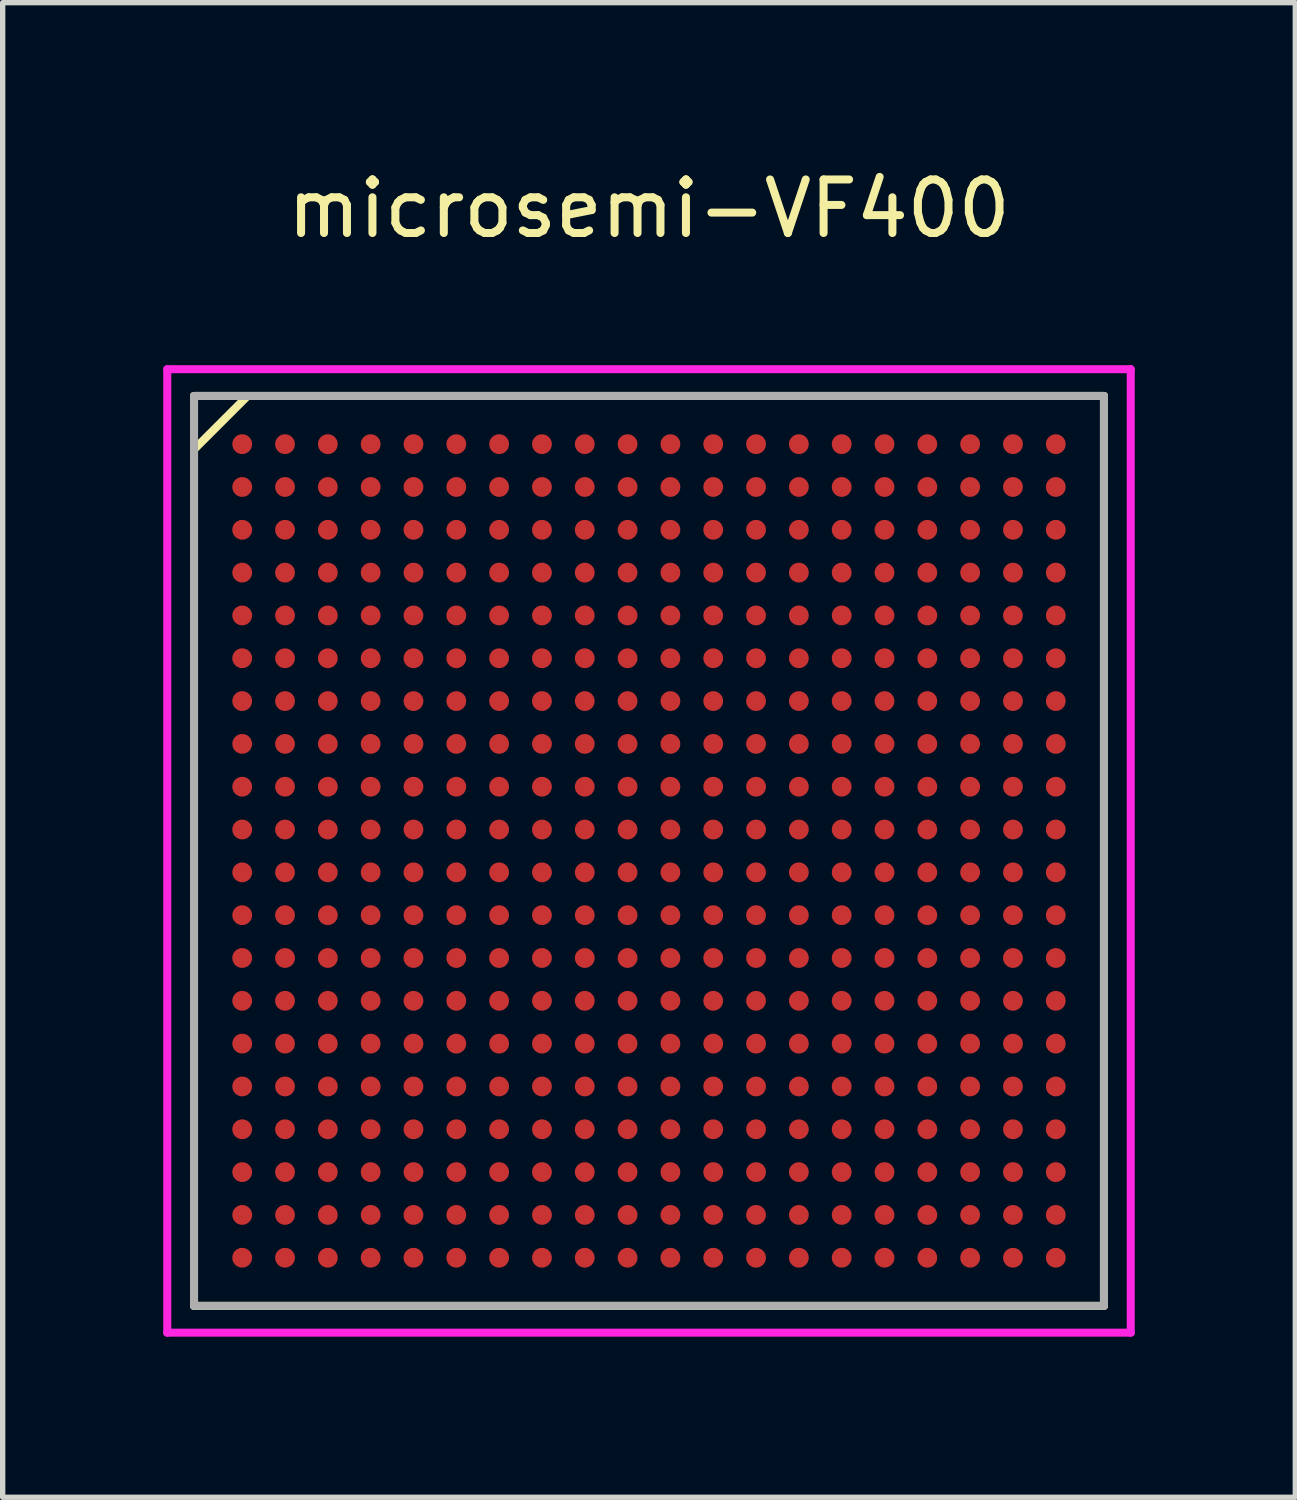
<source format=kicad_pcb>
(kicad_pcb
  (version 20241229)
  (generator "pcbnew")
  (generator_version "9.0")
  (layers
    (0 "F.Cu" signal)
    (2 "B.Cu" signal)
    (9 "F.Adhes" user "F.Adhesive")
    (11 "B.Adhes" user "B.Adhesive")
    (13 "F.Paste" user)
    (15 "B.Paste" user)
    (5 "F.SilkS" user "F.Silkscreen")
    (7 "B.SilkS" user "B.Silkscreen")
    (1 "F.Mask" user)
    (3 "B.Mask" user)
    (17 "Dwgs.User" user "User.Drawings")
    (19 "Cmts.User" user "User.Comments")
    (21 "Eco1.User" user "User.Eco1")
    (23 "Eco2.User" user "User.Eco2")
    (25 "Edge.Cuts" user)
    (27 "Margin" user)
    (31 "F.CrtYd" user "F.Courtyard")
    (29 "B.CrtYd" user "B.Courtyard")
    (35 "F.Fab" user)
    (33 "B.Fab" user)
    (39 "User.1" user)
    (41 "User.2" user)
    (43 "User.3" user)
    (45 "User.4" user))
  (footprint "microsemi-VF400"
    (layer "F.Cu")
    (at 9.075 12.848)
    (property "Reference" "microsemi-VF400" (at 0 -12 0) (layer "F.SilkS") (effects (font (size 1 1) (thickness 0.15))))
    (attr through_hole)
    (fp_line (start -8.5 -8.5) (end 8.5 -8.5) (stroke (width 0.15) (type solid)) (layer "F.SilkS"))
    (fp_line (start -8.5 -7.5) (end -7.5 -8.5) (stroke (width 0.15) (type solid)) (layer "F.SilkS"))
    (fp_line (start -8.5 8.5) (end -8.5 -8.5) (stroke (width 0.15) (type solid)) (layer "F.SilkS"))
    (fp_line (start 8.5 -8.5) (end 8.5 8.5) (stroke (width 0.15) (type solid)) (layer "F.SilkS"))
    (fp_line (start 8.5 8.5) (end -8.5 8.5) (stroke (width 0.15) (type solid)) (layer "F.SilkS"))
    (fp_line (start -9 -9) (end -9 9) (stroke (width 0.15) (type solid)) (layer "F.CrtYd"))
    (fp_line (start -9 9) (end 9 9) (stroke (width 0.15) (type solid)) (layer "F.CrtYd"))
    (fp_line (start 9 -9) (end -9 -9) (stroke (width 0.15) (type solid)) (layer "F.CrtYd"))
    (fp_line (start 9 9) (end 9 -9) (stroke (width 0.15) (type solid)) (layer "F.CrtYd"))
    (fp_line (start -8.5 -8.5) (end 8.5 -8.5) (stroke (width 0.15) (type solid)) (layer "F.Fab"))
    (fp_line (start -8.5 8.5) (end -8.5 -8.5) (stroke (width 0.15) (type solid)) (layer "F.Fab"))
    (fp_line (start 8.5 -8.5) (end 8.5 8.5) (stroke (width 0.15) (type solid)) (layer "F.Fab"))
    (fp_line (start 8.5 8.5) (end -8.5 8.5) (stroke (width 0.15) (type solid)) (layer "F.Fab"))
    (pad "A1" smd circle (at -7.6 -7.6) (size 0.37 0.37) (layers "F.Cu" "F.Mask" "F.Paste"))
    (pad "A2" smd circle (at -6.8 -7.6) (size 0.37 0.37) (layers "F.Cu" "F.Mask" "F.Paste"))
    (pad "A3" smd circle (at -6 -7.6) (size 0.37 0.37) (layers "F.Cu" "F.Mask" "F.Paste"))
    (pad "A4" smd circle (at -5.2 -7.6) (size 0.37 0.37) (layers "F.Cu" "F.Mask" "F.Paste"))
    (pad "A5" smd circle (at -4.4 -7.6) (size 0.37 0.37) (layers "F.Cu" "F.Mask" "F.Paste"))
    (pad "A6" smd circle (at -3.6 -7.6) (size 0.37 0.37) (layers "F.Cu" "F.Mask" "F.Paste"))
    (pad "A7" smd circle (at -2.8 -7.6) (size 0.37 0.37) (layers "F.Cu" "F.Mask" "F.Paste"))
    (pad "A8" smd circle (at -2 -7.6) (size 0.37 0.37) (layers "F.Cu" "F.Mask" "F.Paste"))
    (pad "A9" smd circle (at -1.2 -7.6) (size 0.37 0.37) (layers "F.Cu" "F.Mask" "F.Paste"))
    (pad "A10" smd circle (at -0.4 -7.6) (size 0.37 0.37) (layers "F.Cu" "F.Mask" "F.Paste"))
    (pad "A11" smd circle (at 0.4 -7.6) (size 0.37 0.37) (layers "F.Cu" "F.Mask" "F.Paste"))
    (pad "A12" smd circle (at 1.2 -7.6) (size 0.37 0.37) (layers "F.Cu" "F.Mask" "F.Paste"))
    (pad "A13" smd circle (at 2 -7.6) (size 0.37 0.37) (layers "F.Cu" "F.Mask" "F.Paste"))
    (pad "A14" smd circle (at 2.8 -7.6) (size 0.37 0.37) (layers "F.Cu" "F.Mask" "F.Paste"))
    (pad "A15" smd circle (at 3.6 -7.6) (size 0.37 0.37) (layers "F.Cu" "F.Mask" "F.Paste"))
    (pad "A16" smd circle (at 4.4 -7.6) (size 0.37 0.37) (layers "F.Cu" "F.Mask" "F.Paste"))
    (pad "A17" smd circle (at 5.2 -7.6) (size 0.37 0.37) (layers "F.Cu" "F.Mask" "F.Paste"))
    (pad "A18" smd circle (at 6 -7.6) (size 0.37 0.37) (layers "F.Cu" "F.Mask" "F.Paste"))
    (pad "A19" smd circle (at 6.8 -7.6) (size 0.37 0.37) (layers "F.Cu" "F.Mask" "F.Paste"))
    (pad "A20" smd circle (at 7.6 -7.6) (size 0.37 0.37) (layers "F.Cu" "F.Mask" "F.Paste"))
    (pad "B1" smd circle (at -7.6 -6.8) (size 0.37 0.37) (layers "F.Cu" "F.Mask" "F.Paste"))
    (pad "B2" smd circle (at -6.8 -6.8) (size 0.37 0.37) (layers "F.Cu" "F.Mask" "F.Paste"))
    (pad "B3" smd circle (at -6 -6.8) (size 0.37 0.37) (layers "F.Cu" "F.Mask" "F.Paste"))
    (pad "B4" smd circle (at -5.2 -6.8) (size 0.37 0.37) (layers "F.Cu" "F.Mask" "F.Paste"))
    (pad "B5" smd circle (at -4.4 -6.8) (size 0.37 0.37) (layers "F.Cu" "F.Mask" "F.Paste"))
    (pad "B6" smd circle (at -3.6 -6.8) (size 0.37 0.37) (layers "F.Cu" "F.Mask" "F.Paste"))
    (pad "B7" smd circle (at -2.8 -6.8) (size 0.37 0.37) (layers "F.Cu" "F.Mask" "F.Paste"))
    (pad "B8" smd circle (at -2 -6.8) (size 0.37 0.37) (layers "F.Cu" "F.Mask" "F.Paste"))
    (pad "B9" smd circle (at -1.2 -6.8) (size 0.37 0.37) (layers "F.Cu" "F.Mask" "F.Paste"))
    (pad "B10" smd circle (at -0.4 -6.8) (size 0.37 0.37) (layers "F.Cu" "F.Mask" "F.Paste"))
    (pad "B11" smd circle (at 0.4 -6.8) (size 0.37 0.37) (layers "F.Cu" "F.Mask" "F.Paste"))
    (pad "B12" smd circle (at 1.2 -6.8) (size 0.37 0.37) (layers "F.Cu" "F.Mask" "F.Paste"))
    (pad "B13" smd circle (at 2 -6.8) (size 0.37 0.37) (layers "F.Cu" "F.Mask" "F.Paste"))
    (pad "B14" smd circle (at 2.8 -6.8) (size 0.37 0.37) (layers "F.Cu" "F.Mask" "F.Paste"))
    (pad "B15" smd circle (at 3.6 -6.8) (size 0.37 0.37) (layers "F.Cu" "F.Mask" "F.Paste"))
    (pad "B16" smd circle (at 4.4 -6.8) (size 0.37 0.37) (layers "F.Cu" "F.Mask" "F.Paste"))
    (pad "B17" smd circle (at 5.2 -6.8) (size 0.37 0.37) (layers "F.Cu" "F.Mask" "F.Paste"))
    (pad "B18" smd circle (at 6 -6.8) (size 0.37 0.37) (layers "F.Cu" "F.Mask" "F.Paste"))
    (pad "B19" smd circle (at 6.8 -6.8) (size 0.37 0.37) (layers "F.Cu" "F.Mask" "F.Paste"))
    (pad "B20" smd circle (at 7.6 -6.8) (size 0.37 0.37) (layers "F.Cu" "F.Mask" "F.Paste"))
    (pad "C1" smd circle (at -7.6 -6) (size 0.37 0.37) (layers "F.Cu" "F.Mask" "F.Paste"))
    (pad "C2" smd circle (at -6.8 -6) (size 0.37 0.37) (layers "F.Cu" "F.Mask" "F.Paste"))
    (pad "C3" smd circle (at -6 -6) (size 0.37 0.37) (layers "F.Cu" "F.Mask" "F.Paste"))
    (pad "C4" smd circle (at -5.2 -6) (size 0.37 0.37) (layers "F.Cu" "F.Mask" "F.Paste"))
    (pad "C5" smd circle (at -4.4 -6) (size 0.37 0.37) (layers "F.Cu" "F.Mask" "F.Paste"))
    (pad "C6" smd circle (at -3.6 -6) (size 0.37 0.37) (layers "F.Cu" "F.Mask" "F.Paste"))
    (pad "C7" smd circle (at -2.8 -6) (size 0.37 0.37) (layers "F.Cu" "F.Mask" "F.Paste"))
    (pad "C8" smd circle (at -2 -6) (size 0.37 0.37) (layers "F.Cu" "F.Mask" "F.Paste"))
    (pad "C9" smd circle (at -1.2 -6) (size 0.37 0.37) (layers "F.Cu" "F.Mask" "F.Paste"))
    (pad "C10" smd circle (at -0.4 -6) (size 0.37 0.37) (layers "F.Cu" "F.Mask" "F.Paste"))
    (pad "C11" smd circle (at 0.4 -6) (size 0.37 0.37) (layers "F.Cu" "F.Mask" "F.Paste"))
    (pad "C12" smd circle (at 1.2 -6) (size 0.37 0.37) (layers "F.Cu" "F.Mask" "F.Paste"))
    (pad "C13" smd circle (at 2 -6) (size 0.37 0.37) (layers "F.Cu" "F.Mask" "F.Paste"))
    (pad "C14" smd circle (at 2.8 -6) (size 0.37 0.37) (layers "F.Cu" "F.Mask" "F.Paste"))
    (pad "C15" smd circle (at 3.6 -6) (size 0.37 0.37) (layers "F.Cu" "F.Mask" "F.Paste"))
    (pad "C16" smd circle (at 4.4 -6) (size 0.37 0.37) (layers "F.Cu" "F.Mask" "F.Paste"))
    (pad "C17" smd circle (at 5.2 -6) (size 0.37 0.37) (layers "F.Cu" "F.Mask" "F.Paste"))
    (pad "C18" smd circle (at 6 -6) (size 0.37 0.37) (layers "F.Cu" "F.Mask" "F.Paste"))
    (pad "C19" smd circle (at 6.8 -6) (size 0.37 0.37) (layers "F.Cu" "F.Mask" "F.Paste"))
    (pad "C20" smd circle (at 7.6 -6) (size 0.37 0.37) (layers "F.Cu" "F.Mask" "F.Paste"))
    (pad "D1" smd circle (at -7.6 -5.2) (size 0.37 0.37) (layers "F.Cu" "F.Mask" "F.Paste"))
    (pad "D2" smd circle (at -6.8 -5.2) (size 0.37 0.37) (layers "F.Cu" "F.Mask" "F.Paste"))
    (pad "D3" smd circle (at -6 -5.2) (size 0.37 0.37) (layers "F.Cu" "F.Mask" "F.Paste"))
    (pad "D4" smd circle (at -5.2 -5.2) (size 0.37 0.37) (layers "F.Cu" "F.Mask" "F.Paste"))
    (pad "D5" smd circle (at -4.4 -5.2) (size 0.37 0.37) (layers "F.Cu" "F.Mask" "F.Paste"))
    (pad "D6" smd circle (at -3.6 -5.2) (size 0.37 0.37) (layers "F.Cu" "F.Mask" "F.Paste"))
    (pad "D7" smd circle (at -2.8 -5.2) (size 0.37 0.37) (layers "F.Cu" "F.Mask" "F.Paste"))
    (pad "D8" smd circle (at -2 -5.2) (size 0.37 0.37) (layers "F.Cu" "F.Mask" "F.Paste"))
    (pad "D9" smd circle (at -1.2 -5.2) (size 0.37 0.37) (layers "F.Cu" "F.Mask" "F.Paste"))
    (pad "D10" smd circle (at -0.4 -5.2) (size 0.37 0.37) (layers "F.Cu" "F.Mask" "F.Paste"))
    (pad "D11" smd circle (at 0.4 -5.2) (size 0.37 0.37) (layers "F.Cu" "F.Mask" "F.Paste"))
    (pad "D12" smd circle (at 1.2 -5.2) (size 0.37 0.37) (layers "F.Cu" "F.Mask" "F.Paste"))
    (pad "D13" smd circle (at 2 -5.2) (size 0.37 0.37) (layers "F.Cu" "F.Mask" "F.Paste"))
    (pad "D14" smd circle (at 2.8 -5.2) (size 0.37 0.37) (layers "F.Cu" "F.Mask" "F.Paste"))
    (pad "D15" smd circle (at 3.6 -5.2) (size 0.37 0.37) (layers "F.Cu" "F.Mask" "F.Paste"))
    (pad "D16" smd circle (at 4.4 -5.2) (size 0.37 0.37) (layers "F.Cu" "F.Mask" "F.Paste"))
    (pad "D17" smd circle (at 5.2 -5.2) (size 0.37 0.37) (layers "F.Cu" "F.Mask" "F.Paste"))
    (pad "D18" smd circle (at 6 -5.2) (size 0.37 0.37) (layers "F.Cu" "F.Mask" "F.Paste"))
    (pad "D19" smd circle (at 6.8 -5.2) (size 0.37 0.37) (layers "F.Cu" "F.Mask" "F.Paste"))
    (pad "D20" smd circle (at 7.6 -5.2) (size 0.37 0.37) (layers "F.Cu" "F.Mask" "F.Paste"))
    (pad "E1" smd circle (at -7.6 -4.4) (size 0.37 0.37) (layers "F.Cu" "F.Mask" "F.Paste"))
    (pad "E2" smd circle (at -6.8 -4.4) (size 0.37 0.37) (layers "F.Cu" "F.Mask" "F.Paste"))
    (pad "E3" smd circle (at -6 -4.4) (size 0.37 0.37) (layers "F.Cu" "F.Mask" "F.Paste"))
    (pad "E4" smd circle (at -5.2 -4.4) (size 0.37 0.37) (layers "F.Cu" "F.Mask" "F.Paste"))
    (pad "E5" smd circle (at -4.4 -4.4) (size 0.37 0.37) (layers "F.Cu" "F.Mask" "F.Paste"))
    (pad "E6" smd circle (at -3.6 -4.4) (size 0.37 0.37) (layers "F.Cu" "F.Mask" "F.Paste"))
    (pad "E7" smd circle (at -2.8 -4.4) (size 0.37 0.37) (layers "F.Cu" "F.Mask" "F.Paste"))
    (pad "E8" smd circle (at -2 -4.4) (size 0.37 0.37) (layers "F.Cu" "F.Mask" "F.Paste"))
    (pad "E9" smd circle (at -1.2 -4.4) (size 0.37 0.37) (layers "F.Cu" "F.Mask" "F.Paste"))
    (pad "E10" smd circle (at -0.4 -4.4) (size 0.37 0.37) (layers "F.Cu" "F.Mask" "F.Paste"))
    (pad "E11" smd circle (at 0.4 -4.4) (size 0.37 0.37) (layers "F.Cu" "F.Mask" "F.Paste"))
    (pad "E12" smd circle (at 1.2 -4.4) (size 0.37 0.37) (layers "F.Cu" "F.Mask" "F.Paste"))
    (pad "E13" smd circle (at 2 -4.4) (size 0.37 0.37) (layers "F.Cu" "F.Mask" "F.Paste"))
    (pad "E14" smd circle (at 2.8 -4.4) (size 0.37 0.37) (layers "F.Cu" "F.Mask" "F.Paste"))
    (pad "E15" smd circle (at 3.6 -4.4) (size 0.37 0.37) (layers "F.Cu" "F.Mask" "F.Paste"))
    (pad "E16" smd circle (at 4.4 -4.4) (size 0.37 0.37) (layers "F.Cu" "F.Mask" "F.Paste"))
    (pad "E17" smd circle (at 5.2 -4.4) (size 0.37 0.37) (layers "F.Cu" "F.Mask" "F.Paste"))
    (pad "E18" smd circle (at 6 -4.4) (size 0.37 0.37) (layers "F.Cu" "F.Mask" "F.Paste"))
    (pad "E19" smd circle (at 6.8 -4.4) (size 0.37 0.37) (layers "F.Cu" "F.Mask" "F.Paste"))
    (pad "E20" smd circle (at 7.6 -4.4) (size 0.37 0.37) (layers "F.Cu" "F.Mask" "F.Paste"))
    (pad "F1" smd circle (at -7.6 -3.6) (size 0.37 0.37) (layers "F.Cu" "F.Mask" "F.Paste"))
    (pad "F2" smd circle (at -6.8 -3.6) (size 0.37 0.37) (layers "F.Cu" "F.Mask" "F.Paste"))
    (pad "F3" smd circle (at -6 -3.6) (size 0.37 0.37) (layers "F.Cu" "F.Mask" "F.Paste"))
    (pad "F4" smd circle (at -5.2 -3.6) (size 0.37 0.37) (layers "F.Cu" "F.Mask" "F.Paste"))
    (pad "F5" smd circle (at -4.4 -3.6) (size 0.37 0.37) (layers "F.Cu" "F.Mask" "F.Paste"))
    (pad "F6" smd circle (at -3.6 -3.6) (size 0.37 0.37) (layers "F.Cu" "F.Mask" "F.Paste"))
    (pad "F7" smd circle (at -2.8 -3.6) (size 0.37 0.37) (layers "F.Cu" "F.Mask" "F.Paste"))
    (pad "F8" smd circle (at -2 -3.6) (size 0.37 0.37) (layers "F.Cu" "F.Mask" "F.Paste"))
    (pad "F9" smd circle (at -1.2 -3.6) (size 0.37 0.37) (layers "F.Cu" "F.Mask" "F.Paste"))
    (pad "F10" smd circle (at -0.4 -3.6) (size 0.37 0.37) (layers "F.Cu" "F.Mask" "F.Paste"))
    (pad "F11" smd circle (at 0.4 -3.6) (size 0.37 0.37) (layers "F.Cu" "F.Mask" "F.Paste"))
    (pad "F12" smd circle (at 1.2 -3.6) (size 0.37 0.37) (layers "F.Cu" "F.Mask" "F.Paste"))
    (pad "F13" smd circle (at 2 -3.6) (size 0.37 0.37) (layers "F.Cu" "F.Mask" "F.Paste"))
    (pad "F14" smd circle (at 2.8 -3.6) (size 0.37 0.37) (layers "F.Cu" "F.Mask" "F.Paste"))
    (pad "F15" smd circle (at 3.6 -3.6) (size 0.37 0.37) (layers "F.Cu" "F.Mask" "F.Paste"))
    (pad "F16" smd circle (at 4.4 -3.6) (size 0.37 0.37) (layers "F.Cu" "F.Mask" "F.Paste"))
    (pad "F17" smd circle (at 5.2 -3.6) (size 0.37 0.37) (layers "F.Cu" "F.Mask" "F.Paste"))
    (pad "F18" smd circle (at 6 -3.6) (size 0.37 0.37) (layers "F.Cu" "F.Mask" "F.Paste"))
    (pad "F19" smd circle (at 6.8 -3.6) (size 0.37 0.37) (layers "F.Cu" "F.Mask" "F.Paste"))
    (pad "F20" smd circle (at 7.6 -3.6) (size 0.37 0.37) (layers "F.Cu" "F.Mask" "F.Paste"))
    (pad "G1" smd circle (at -7.6 -2.8) (size 0.37 0.37) (layers "F.Cu" "F.Mask" "F.Paste"))
    (pad "G2" smd circle (at -6.8 -2.8) (size 0.37 0.37) (layers "F.Cu" "F.Mask" "F.Paste"))
    (pad "G3" smd circle (at -6 -2.8) (size 0.37 0.37) (layers "F.Cu" "F.Mask" "F.Paste"))
    (pad "G4" smd circle (at -5.2 -2.8) (size 0.37 0.37) (layers "F.Cu" "F.Mask" "F.Paste"))
    (pad "G5" smd circle (at -4.4 -2.8) (size 0.37 0.37) (layers "F.Cu" "F.Mask" "F.Paste"))
    (pad "G6" smd circle (at -3.6 -2.8) (size 0.37 0.37) (layers "F.Cu" "F.Mask" "F.Paste"))
    (pad "G7" smd circle (at -2.8 -2.8) (size 0.37 0.37) (layers "F.Cu" "F.Mask" "F.Paste"))
    (pad "G8" smd circle (at -2 -2.8) (size 0.37 0.37) (layers "F.Cu" "F.Mask" "F.Paste"))
    (pad "G9" smd circle (at -1.2 -2.8) (size 0.37 0.37) (layers "F.Cu" "F.Mask" "F.Paste"))
    (pad "G10" smd circle (at -0.4 -2.8) (size 0.37 0.37) (layers "F.Cu" "F.Mask" "F.Paste"))
    (pad "G11" smd circle (at 0.4 -2.8) (size 0.37 0.37) (layers "F.Cu" "F.Mask" "F.Paste"))
    (pad "G12" smd circle (at 1.2 -2.8) (size 0.37 0.37) (layers "F.Cu" "F.Mask" "F.Paste"))
    (pad "G13" smd circle (at 2 -2.8) (size 0.37 0.37) (layers "F.Cu" "F.Mask" "F.Paste"))
    (pad "G14" smd circle (at 2.8 -2.8) (size 0.37 0.37) (layers "F.Cu" "F.Mask" "F.Paste"))
    (pad "G15" smd circle (at 3.6 -2.8) (size 0.37 0.37) (layers "F.Cu" "F.Mask" "F.Paste"))
    (pad "G16" smd circle (at 4.4 -2.8) (size 0.37 0.37) (layers "F.Cu" "F.Mask" "F.Paste"))
    (pad "G17" smd circle (at 5.2 -2.8) (size 0.37 0.37) (layers "F.Cu" "F.Mask" "F.Paste"))
    (pad "G18" smd circle (at 6 -2.8) (size 0.37 0.37) (layers "F.Cu" "F.Mask" "F.Paste"))
    (pad "G19" smd circle (at 6.8 -2.8) (size 0.37 0.37) (layers "F.Cu" "F.Mask" "F.Paste"))
    (pad "G20" smd circle (at 7.6 -2.8) (size 0.37 0.37) (layers "F.Cu" "F.Mask" "F.Paste"))
    (pad "H1" smd circle (at -7.6 -2) (size 0.37 0.37) (layers "F.Cu" "F.Mask" "F.Paste"))
    (pad "H2" smd circle (at -6.8 -2) (size 0.37 0.37) (layers "F.Cu" "F.Mask" "F.Paste"))
    (pad "H3" smd circle (at -6 -2) (size 0.37 0.37) (layers "F.Cu" "F.Mask" "F.Paste"))
    (pad "H4" smd circle (at -5.2 -2) (size 0.37 0.37) (layers "F.Cu" "F.Mask" "F.Paste"))
    (pad "H5" smd circle (at -4.4 -2) (size 0.37 0.37) (layers "F.Cu" "F.Mask" "F.Paste"))
    (pad "H6" smd circle (at -3.6 -2) (size 0.37 0.37) (layers "F.Cu" "F.Mask" "F.Paste"))
    (pad "H7" smd circle (at -2.8 -2) (size 0.37 0.37) (layers "F.Cu" "F.Mask" "F.Paste"))
    (pad "H8" smd circle (at -2 -2) (size 0.37 0.37) (layers "F.Cu" "F.Mask" "F.Paste"))
    (pad "H9" smd circle (at -1.2 -2) (size 0.37 0.37) (layers "F.Cu" "F.Mask" "F.Paste"))
    (pad "H10" smd circle (at -0.4 -2) (size 0.37 0.37) (layers "F.Cu" "F.Mask" "F.Paste"))
    (pad "H11" smd circle (at 0.4 -2) (size 0.37 0.37) (layers "F.Cu" "F.Mask" "F.Paste"))
    (pad "H12" smd circle (at 1.2 -2) (size 0.37 0.37) (layers "F.Cu" "F.Mask" "F.Paste"))
    (pad "H13" smd circle (at 2 -2) (size 0.37 0.37) (layers "F.Cu" "F.Mask" "F.Paste"))
    (pad "H14" smd circle (at 2.8 -2) (size 0.37 0.37) (layers "F.Cu" "F.Mask" "F.Paste"))
    (pad "H15" smd circle (at 3.6 -2) (size 0.37 0.37) (layers "F.Cu" "F.Mask" "F.Paste"))
    (pad "H16" smd circle (at 4.4 -2) (size 0.37 0.37) (layers "F.Cu" "F.Mask" "F.Paste"))
    (pad "H17" smd circle (at 5.2 -2) (size 0.37 0.37) (layers "F.Cu" "F.Mask" "F.Paste"))
    (pad "H18" smd circle (at 6 -2) (size 0.37 0.37) (layers "F.Cu" "F.Mask" "F.Paste"))
    (pad "H19" smd circle (at 6.8 -2) (size 0.37 0.37) (layers "F.Cu" "F.Mask" "F.Paste"))
    (pad "H20" smd circle (at 7.6 -2) (size 0.37 0.37) (layers "F.Cu" "F.Mask" "F.Paste"))
    (pad "J1" smd circle (at -7.6 -1.2) (size 0.37 0.37) (layers "F.Cu" "F.Mask" "F.Paste"))
    (pad "J2" smd circle (at -6.8 -1.2) (size 0.37 0.37) (layers "F.Cu" "F.Mask" "F.Paste"))
    (pad "J3" smd circle (at -6 -1.2) (size 0.37 0.37) (layers "F.Cu" "F.Mask" "F.Paste"))
    (pad "J4" smd circle (at -5.2 -1.2) (size 0.37 0.37) (layers "F.Cu" "F.Mask" "F.Paste"))
    (pad "J5" smd circle (at -4.4 -1.2) (size 0.37 0.37) (layers "F.Cu" "F.Mask" "F.Paste"))
    (pad "J6" smd circle (at -3.6 -1.2) (size 0.37 0.37) (layers "F.Cu" "F.Mask" "F.Paste"))
    (pad "J7" smd circle (at -2.8 -1.2) (size 0.37 0.37) (layers "F.Cu" "F.Mask" "F.Paste"))
    (pad "J8" smd circle (at -2 -1.2) (size 0.37 0.37) (layers "F.Cu" "F.Mask" "F.Paste"))
    (pad "J9" smd circle (at -1.2 -1.2) (size 0.37 0.37) (layers "F.Cu" "F.Mask" "F.Paste"))
    (pad "J10" smd circle (at -0.4 -1.2) (size 0.37 0.37) (layers "F.Cu" "F.Mask" "F.Paste"))
    (pad "J11" smd circle (at 0.4 -1.2) (size 0.37 0.37) (layers "F.Cu" "F.Mask" "F.Paste"))
    (pad "J12" smd circle (at 1.2 -1.2) (size 0.37 0.37) (layers "F.Cu" "F.Mask" "F.Paste"))
    (pad "J13" smd circle (at 2 -1.2) (size 0.37 0.37) (layers "F.Cu" "F.Mask" "F.Paste"))
    (pad "J14" smd circle (at 2.8 -1.2) (size 0.37 0.37) (layers "F.Cu" "F.Mask" "F.Paste"))
    (pad "J15" smd circle (at 3.6 -1.2) (size 0.37 0.37) (layers "F.Cu" "F.Mask" "F.Paste"))
    (pad "J16" smd circle (at 4.4 -1.2) (size 0.37 0.37) (layers "F.Cu" "F.Mask" "F.Paste"))
    (pad "J17" smd circle (at 5.2 -1.2) (size 0.37 0.37) (layers "F.Cu" "F.Mask" "F.Paste"))
    (pad "J18" smd circle (at 6 -1.2) (size 0.37 0.37) (layers "F.Cu" "F.Mask" "F.Paste"))
    (pad "J19" smd circle (at 6.8 -1.2) (size 0.37 0.37) (layers "F.Cu" "F.Mask" "F.Paste"))
    (pad "J20" smd circle (at 7.6 -1.2) (size 0.37 0.37) (layers "F.Cu" "F.Mask" "F.Paste"))
    (pad "K1" smd circle (at -7.6 -0.4) (size 0.37 0.37) (layers "F.Cu" "F.Mask" "F.Paste"))
    (pad "K2" smd circle (at -6.8 -0.4) (size 0.37 0.37) (layers "F.Cu" "F.Mask" "F.Paste"))
    (pad "K3" smd circle (at -6 -0.4) (size 0.37 0.37) (layers "F.Cu" "F.Mask" "F.Paste"))
    (pad "K4" smd circle (at -5.2 -0.4) (size 0.37 0.37) (layers "F.Cu" "F.Mask" "F.Paste"))
    (pad "K5" smd circle (at -4.4 -0.4) (size 0.37 0.37) (layers "F.Cu" "F.Mask" "F.Paste"))
    (pad "K6" smd circle (at -3.6 -0.4) (size 0.37 0.37) (layers "F.Cu" "F.Mask" "F.Paste"))
    (pad "K7" smd circle (at -2.8 -0.4) (size 0.37 0.37) (layers "F.Cu" "F.Mask" "F.Paste"))
    (pad "K8" smd circle (at -2 -0.4) (size 0.37 0.37) (layers "F.Cu" "F.Mask" "F.Paste"))
    (pad "K9" smd circle (at -1.2 -0.4) (size 0.37 0.37) (layers "F.Cu" "F.Mask" "F.Paste"))
    (pad "K10" smd circle (at -0.4 -0.4) (size 0.37 0.37) (layers "F.Cu" "F.Mask" "F.Paste"))
    (pad "K11" smd circle (at 0.4 -0.4) (size 0.37 0.37) (layers "F.Cu" "F.Mask" "F.Paste"))
    (pad "K12" smd circle (at 1.2 -0.4) (size 0.37 0.37) (layers "F.Cu" "F.Mask" "F.Paste"))
    (pad "K13" smd circle (at 2 -0.4) (size 0.37 0.37) (layers "F.Cu" "F.Mask" "F.Paste"))
    (pad "K14" smd circle (at 2.8 -0.4) (size 0.37 0.37) (layers "F.Cu" "F.Mask" "F.Paste"))
    (pad "K15" smd circle (at 3.6 -0.4) (size 0.37 0.37) (layers "F.Cu" "F.Mask" "F.Paste"))
    (pad "K16" smd circle (at 4.4 -0.4) (size 0.37 0.37) (layers "F.Cu" "F.Mask" "F.Paste"))
    (pad "K17" smd circle (at 5.2 -0.4) (size 0.37 0.37) (layers "F.Cu" "F.Mask" "F.Paste"))
    (pad "K18" smd circle (at 6 -0.4) (size 0.37 0.37) (layers "F.Cu" "F.Mask" "F.Paste"))
    (pad "K19" smd circle (at 6.8 -0.4) (size 0.37 0.37) (layers "F.Cu" "F.Mask" "F.Paste"))
    (pad "K20" smd circle (at 7.6 -0.4) (size 0.37 0.37) (layers "F.Cu" "F.Mask" "F.Paste"))
    (pad "L1" smd circle (at -7.6 0.4) (size 0.37 0.37) (layers "F.Cu" "F.Mask" "F.Paste"))
    (pad "L2" smd circle (at -6.8 0.4) (size 0.37 0.37) (layers "F.Cu" "F.Mask" "F.Paste"))
    (pad "L3" smd circle (at -6 0.4) (size 0.37 0.37) (layers "F.Cu" "F.Mask" "F.Paste"))
    (pad "L4" smd circle (at -5.2 0.4) (size 0.37 0.37) (layers "F.Cu" "F.Mask" "F.Paste"))
    (pad "L5" smd circle (at -4.4 0.4) (size 0.37 0.37) (layers "F.Cu" "F.Mask" "F.Paste"))
    (pad "L6" smd circle (at -3.6 0.4) (size 0.37 0.37) (layers "F.Cu" "F.Mask" "F.Paste"))
    (pad "L7" smd circle (at -2.8 0.4) (size 0.37 0.37) (layers "F.Cu" "F.Mask" "F.Paste"))
    (pad "L8" smd circle (at -2 0.4) (size 0.37 0.37) (layers "F.Cu" "F.Mask" "F.Paste"))
    (pad "L9" smd circle (at -1.2 0.4) (size 0.37 0.37) (layers "F.Cu" "F.Mask" "F.Paste"))
    (pad "L10" smd circle (at -0.4 0.4) (size 0.37 0.37) (layers "F.Cu" "F.Mask" "F.Paste"))
    (pad "L11" smd circle (at 0.4 0.4) (size 0.37 0.37) (layers "F.Cu" "F.Mask" "F.Paste"))
    (pad "L12" smd circle (at 1.2 0.4) (size 0.37 0.37) (layers "F.Cu" "F.Mask" "F.Paste"))
    (pad "L13" smd circle (at 2 0.4) (size 0.37 0.37) (layers "F.Cu" "F.Mask" "F.Paste"))
    (pad "L14" smd circle (at 2.8 0.4) (size 0.37 0.37) (layers "F.Cu" "F.Mask" "F.Paste"))
    (pad "L15" smd circle (at 3.6 0.4) (size 0.37 0.37) (layers "F.Cu" "F.Mask" "F.Paste"))
    (pad "L16" smd circle (at 4.4 0.4) (size 0.37 0.37) (layers "F.Cu" "F.Mask" "F.Paste"))
    (pad "L17" smd circle (at 5.2 0.4) (size 0.37 0.37) (layers "F.Cu" "F.Mask" "F.Paste"))
    (pad "L18" smd circle (at 6 0.4) (size 0.37 0.37) (layers "F.Cu" "F.Mask" "F.Paste"))
    (pad "L19" smd circle (at 6.8 0.4) (size 0.37 0.37) (layers "F.Cu" "F.Mask" "F.Paste"))
    (pad "L20" smd circle (at 7.6 0.4) (size 0.37 0.37) (layers "F.Cu" "F.Mask" "F.Paste"))
    (pad "M1" smd circle (at -7.6 1.2) (size 0.37 0.37) (layers "F.Cu" "F.Mask" "F.Paste"))
    (pad "M2" smd circle (at -6.8 1.2) (size 0.37 0.37) (layers "F.Cu" "F.Mask" "F.Paste"))
    (pad "M3" smd circle (at -6 1.2) (size 0.37 0.37) (layers "F.Cu" "F.Mask" "F.Paste"))
    (pad "M4" smd circle (at -5.2 1.2) (size 0.37 0.37) (layers "F.Cu" "F.Mask" "F.Paste"))
    (pad "M5" smd circle (at -4.4 1.2) (size 0.37 0.37) (layers "F.Cu" "F.Mask" "F.Paste"))
    (pad "M6" smd circle (at -3.6 1.2) (size 0.37 0.37) (layers "F.Cu" "F.Mask" "F.Paste"))
    (pad "M7" smd circle (at -2.8 1.2) (size 0.37 0.37) (layers "F.Cu" "F.Mask" "F.Paste"))
    (pad "M8" smd circle (at -2 1.2) (size 0.37 0.37) (layers "F.Cu" "F.Mask" "F.Paste"))
    (pad "M9" smd circle (at -1.2 1.2) (size 0.37 0.37) (layers "F.Cu" "F.Mask" "F.Paste"))
    (pad "M10" smd circle (at -0.4 1.2) (size 0.37 0.37) (layers "F.Cu" "F.Mask" "F.Paste"))
    (pad "M11" smd circle (at 0.4 1.2) (size 0.37 0.37) (layers "F.Cu" "F.Mask" "F.Paste"))
    (pad "M12" smd circle (at 1.2 1.2) (size 0.37 0.37) (layers "F.Cu" "F.Mask" "F.Paste"))
    (pad "M13" smd circle (at 2 1.2) (size 0.37 0.37) (layers "F.Cu" "F.Mask" "F.Paste"))
    (pad "M14" smd circle (at 2.8 1.2) (size 0.37 0.37) (layers "F.Cu" "F.Mask" "F.Paste"))
    (pad "M15" smd circle (at 3.6 1.2) (size 0.37 0.37) (layers "F.Cu" "F.Mask" "F.Paste"))
    (pad "M16" smd circle (at 4.4 1.2) (size 0.37 0.37) (layers "F.Cu" "F.Mask" "F.Paste"))
    (pad "M17" smd circle (at 5.2 1.2) (size 0.37 0.37) (layers "F.Cu" "F.Mask" "F.Paste"))
    (pad "M18" smd circle (at 6 1.2) (size 0.37 0.37) (layers "F.Cu" "F.Mask" "F.Paste"))
    (pad "M19" smd circle (at 6.8 1.2) (size 0.37 0.37) (layers "F.Cu" "F.Mask" "F.Paste"))
    (pad "M20" smd circle (at 7.6 1.2) (size 0.37 0.37) (layers "F.Cu" "F.Mask" "F.Paste"))
    (pad "N1" smd circle (at -7.6 2) (size 0.37 0.37) (layers "F.Cu" "F.Mask" "F.Paste"))
    (pad "N2" smd circle (at -6.8 2) (size 0.37 0.37) (layers "F.Cu" "F.Mask" "F.Paste"))
    (pad "N3" smd circle (at -6 2) (size 0.37 0.37) (layers "F.Cu" "F.Mask" "F.Paste"))
    (pad "N4" smd circle (at -5.2 2) (size 0.37 0.37) (layers "F.Cu" "F.Mask" "F.Paste"))
    (pad "N5" smd circle (at -4.4 2) (size 0.37 0.37) (layers "F.Cu" "F.Mask" "F.Paste"))
    (pad "N6" smd circle (at -3.6 2) (size 0.37 0.37) (layers "F.Cu" "F.Mask" "F.Paste"))
    (pad "N7" smd circle (at -2.8 2) (size 0.37 0.37) (layers "F.Cu" "F.Mask" "F.Paste"))
    (pad "N8" smd circle (at -2 2) (size 0.37 0.37) (layers "F.Cu" "F.Mask" "F.Paste"))
    (pad "N9" smd circle (at -1.2 2) (size 0.37 0.37) (layers "F.Cu" "F.Mask" "F.Paste"))
    (pad "N10" smd circle (at -0.4 2) (size 0.37 0.37) (layers "F.Cu" "F.Mask" "F.Paste"))
    (pad "N11" smd circle (at 0.4 2) (size 0.37 0.37) (layers "F.Cu" "F.Mask" "F.Paste"))
    (pad "N12" smd circle (at 1.2 2) (size 0.37 0.37) (layers "F.Cu" "F.Mask" "F.Paste"))
    (pad "N13" smd circle (at 2 2) (size 0.37 0.37) (layers "F.Cu" "F.Mask" "F.Paste"))
    (pad "N14" smd circle (at 2.8 2) (size 0.37 0.37) (layers "F.Cu" "F.Mask" "F.Paste"))
    (pad "N15" smd circle (at 3.6 2) (size 0.37 0.37) (layers "F.Cu" "F.Mask" "F.Paste"))
    (pad "N16" smd circle (at 4.4 2) (size 0.37 0.37) (layers "F.Cu" "F.Mask" "F.Paste"))
    (pad "N17" smd circle (at 5.2 2) (size 0.37 0.37) (layers "F.Cu" "F.Mask" "F.Paste"))
    (pad "N18" smd circle (at 6 2) (size 0.37 0.37) (layers "F.Cu" "F.Mask" "F.Paste"))
    (pad "N19" smd circle (at 6.8 2) (size 0.37 0.37) (layers "F.Cu" "F.Mask" "F.Paste"))
    (pad "N20" smd circle (at 7.6 2) (size 0.37 0.37) (layers "F.Cu" "F.Mask" "F.Paste"))
    (pad "P1" smd circle (at -7.6 2.8) (size 0.37 0.37) (layers "F.Cu" "F.Mask" "F.Paste"))
    (pad "P2" smd circle (at -6.8 2.8) (size 0.37 0.37) (layers "F.Cu" "F.Mask" "F.Paste"))
    (pad "P3" smd circle (at -6 2.8) (size 0.37 0.37) (layers "F.Cu" "F.Mask" "F.Paste"))
    (pad "P4" smd circle (at -5.2 2.8) (size 0.37 0.37) (layers "F.Cu" "F.Mask" "F.Paste"))
    (pad "P5" smd circle (at -4.4 2.8) (size 0.37 0.37) (layers "F.Cu" "F.Mask" "F.Paste"))
    (pad "P6" smd circle (at -3.6 2.8) (size 0.37 0.37) (layers "F.Cu" "F.Mask" "F.Paste"))
    (pad "P7" smd circle (at -2.8 2.8) (size 0.37 0.37) (layers "F.Cu" "F.Mask" "F.Paste"))
    (pad "P8" smd circle (at -2 2.8) (size 0.37 0.37) (layers "F.Cu" "F.Mask" "F.Paste"))
    (pad "P9" smd circle (at -1.2 2.8) (size 0.37 0.37) (layers "F.Cu" "F.Mask" "F.Paste"))
    (pad "P10" smd circle (at -0.4 2.8) (size 0.37 0.37) (layers "F.Cu" "F.Mask" "F.Paste"))
    (pad "P11" smd circle (at 0.4 2.8) (size 0.37 0.37) (layers "F.Cu" "F.Mask" "F.Paste"))
    (pad "P12" smd circle (at 1.2 2.8) (size 0.37 0.37) (layers "F.Cu" "F.Mask" "F.Paste"))
    (pad "P13" smd circle (at 2 2.8) (size 0.37 0.37) (layers "F.Cu" "F.Mask" "F.Paste"))
    (pad "P14" smd circle (at 2.8 2.8) (size 0.37 0.37) (layers "F.Cu" "F.Mask" "F.Paste"))
    (pad "P15" smd circle (at 3.6 2.8) (size 0.37 0.37) (layers "F.Cu" "F.Mask" "F.Paste"))
    (pad "P16" smd circle (at 4.4 2.8) (size 0.37 0.37) (layers "F.Cu" "F.Mask" "F.Paste"))
    (pad "P17" smd circle (at 5.2 2.8) (size 0.37 0.37) (layers "F.Cu" "F.Mask" "F.Paste"))
    (pad "P18" smd circle (at 6 2.8) (size 0.37 0.37) (layers "F.Cu" "F.Mask" "F.Paste"))
    (pad "P19" smd circle (at 6.8 2.8) (size 0.37 0.37) (layers "F.Cu" "F.Mask" "F.Paste"))
    (pad "P20" smd circle (at 7.6 2.8) (size 0.37 0.37) (layers "F.Cu" "F.Mask" "F.Paste"))
    (pad "R1" smd circle (at -7.6 3.6) (size 0.37 0.37) (layers "F.Cu" "F.Mask" "F.Paste"))
    (pad "R2" smd circle (at -6.8 3.6) (size 0.37 0.37) (layers "F.Cu" "F.Mask" "F.Paste"))
    (pad "R3" smd circle (at -6 3.6) (size 0.37 0.37) (layers "F.Cu" "F.Mask" "F.Paste"))
    (pad "R4" smd circle (at -5.2 3.6) (size 0.37 0.37) (layers "F.Cu" "F.Mask" "F.Paste"))
    (pad "R5" smd circle (at -4.4 3.6) (size 0.37 0.37) (layers "F.Cu" "F.Mask" "F.Paste"))
    (pad "R6" smd circle (at -3.6 3.6) (size 0.37 0.37) (layers "F.Cu" "F.Mask" "F.Paste"))
    (pad "R7" smd circle (at -2.8 3.6) (size 0.37 0.37) (layers "F.Cu" "F.Mask" "F.Paste"))
    (pad "R8" smd circle (at -2 3.6) (size 0.37 0.37) (layers "F.Cu" "F.Mask" "F.Paste"))
    (pad "R9" smd circle (at -1.2 3.6) (size 0.37 0.37) (layers "F.Cu" "F.Mask" "F.Paste"))
    (pad "R10" smd circle (at -0.4 3.6) (size 0.37 0.37) (layers "F.Cu" "F.Mask" "F.Paste"))
    (pad "R11" smd circle (at 0.4 3.6) (size 0.37 0.37) (layers "F.Cu" "F.Mask" "F.Paste"))
    (pad "R12" smd circle (at 1.2 3.6) (size 0.37 0.37) (layers "F.Cu" "F.Mask" "F.Paste"))
    (pad "R13" smd circle (at 2 3.6) (size 0.37 0.37) (layers "F.Cu" "F.Mask" "F.Paste"))
    (pad "R14" smd circle (at 2.8 3.6) (size 0.37 0.37) (layers "F.Cu" "F.Mask" "F.Paste"))
    (pad "R15" smd circle (at 3.6 3.6) (size 0.37 0.37) (layers "F.Cu" "F.Mask" "F.Paste"))
    (pad "R16" smd circle (at 4.4 3.6) (size 0.37 0.37) (layers "F.Cu" "F.Mask" "F.Paste"))
    (pad "R17" smd circle (at 5.2 3.6) (size 0.37 0.37) (layers "F.Cu" "F.Mask" "F.Paste"))
    (pad "R18" smd circle (at 6 3.6) (size 0.37 0.37) (layers "F.Cu" "F.Mask" "F.Paste"))
    (pad "R19" smd circle (at 6.8 3.6) (size 0.37 0.37) (layers "F.Cu" "F.Mask" "F.Paste"))
    (pad "R20" smd circle (at 7.6 3.6) (size 0.37 0.37) (layers "F.Cu" "F.Mask" "F.Paste"))
    (pad "T1" smd circle (at -7.6 4.4) (size 0.37 0.37) (layers "F.Cu" "F.Mask" "F.Paste"))
    (pad "T2" smd circle (at -6.8 4.4) (size 0.37 0.37) (layers "F.Cu" "F.Mask" "F.Paste"))
    (pad "T3" smd circle (at -6 4.4) (size 0.37 0.37) (layers "F.Cu" "F.Mask" "F.Paste"))
    (pad "T4" smd circle (at -5.2 4.4) (size 0.37 0.37) (layers "F.Cu" "F.Mask" "F.Paste"))
    (pad "T5" smd circle (at -4.4 4.4) (size 0.37 0.37) (layers "F.Cu" "F.Mask" "F.Paste"))
    (pad "T6" smd circle (at -3.6 4.4) (size 0.37 0.37) (layers "F.Cu" "F.Mask" "F.Paste"))
    (pad "T7" smd circle (at -2.8 4.4) (size 0.37 0.37) (layers "F.Cu" "F.Mask" "F.Paste"))
    (pad "T8" smd circle (at -2 4.4) (size 0.37 0.37) (layers "F.Cu" "F.Mask" "F.Paste"))
    (pad "T9" smd circle (at -1.2 4.4) (size 0.37 0.37) (layers "F.Cu" "F.Mask" "F.Paste"))
    (pad "T10" smd circle (at -0.4 4.4) (size 0.37 0.37) (layers "F.Cu" "F.Mask" "F.Paste"))
    (pad "T11" smd circle (at 0.4 4.4) (size 0.37 0.37) (layers "F.Cu" "F.Mask" "F.Paste"))
    (pad "T12" smd circle (at 1.2 4.4) (size 0.37 0.37) (layers "F.Cu" "F.Mask" "F.Paste"))
    (pad "T13" smd circle (at 2 4.4) (size 0.37 0.37) (layers "F.Cu" "F.Mask" "F.Paste"))
    (pad "T14" smd circle (at 2.8 4.4) (size 0.37 0.37) (layers "F.Cu" "F.Mask" "F.Paste"))
    (pad "T15" smd circle (at 3.6 4.4) (size 0.37 0.37) (layers "F.Cu" "F.Mask" "F.Paste"))
    (pad "T16" smd circle (at 4.4 4.4) (size 0.37 0.37) (layers "F.Cu" "F.Mask" "F.Paste"))
    (pad "T17" smd circle (at 5.2 4.4) (size 0.37 0.37) (layers "F.Cu" "F.Mask" "F.Paste"))
    (pad "T18" smd circle (at 6 4.4) (size 0.37 0.37) (layers "F.Cu" "F.Mask" "F.Paste"))
    (pad "T19" smd circle (at 6.8 4.4) (size 0.37 0.37) (layers "F.Cu" "F.Mask" "F.Paste"))
    (pad "T20" smd circle (at 7.6 4.4) (size 0.37 0.37) (layers "F.Cu" "F.Mask" "F.Paste"))
    (pad "U1" smd circle (at -7.6 5.2) (size 0.37 0.37) (layers "F.Cu" "F.Mask" "F.Paste"))
    (pad "U2" smd circle (at -6.8 5.2) (size 0.37 0.37) (layers "F.Cu" "F.Mask" "F.Paste"))
    (pad "U3" smd circle (at -6 5.2) (size 0.37 0.37) (layers "F.Cu" "F.Mask" "F.Paste"))
    (pad "U4" smd circle (at -5.2 5.2) (size 0.37 0.37) (layers "F.Cu" "F.Mask" "F.Paste"))
    (pad "U5" smd circle (at -4.4 5.2) (size 0.37 0.37) (layers "F.Cu" "F.Mask" "F.Paste"))
    (pad "U6" smd circle (at -3.6 5.2) (size 0.37 0.37) (layers "F.Cu" "F.Mask" "F.Paste"))
    (pad "U7" smd circle (at -2.8 5.2) (size 0.37 0.37) (layers "F.Cu" "F.Mask" "F.Paste"))
    (pad "U8" smd circle (at -2 5.2) (size 0.37 0.37) (layers "F.Cu" "F.Mask" "F.Paste"))
    (pad "U9" smd circle (at -1.2 5.2) (size 0.37 0.37) (layers "F.Cu" "F.Mask" "F.Paste"))
    (pad "U10" smd circle (at -0.4 5.2) (size 0.37 0.37) (layers "F.Cu" "F.Mask" "F.Paste"))
    (pad "U11" smd circle (at 0.4 5.2) (size 0.37 0.37) (layers "F.Cu" "F.Mask" "F.Paste"))
    (pad "U12" smd circle (at 1.2 5.2) (size 0.37 0.37) (layers "F.Cu" "F.Mask" "F.Paste"))
    (pad "U13" smd circle (at 2 5.2) (size 0.37 0.37) (layers "F.Cu" "F.Mask" "F.Paste"))
    (pad "U14" smd circle (at 2.8 5.2) (size 0.37 0.37) (layers "F.Cu" "F.Mask" "F.Paste"))
    (pad "U15" smd circle (at 3.6 5.2) (size 0.37 0.37) (layers "F.Cu" "F.Mask" "F.Paste"))
    (pad "U16" smd circle (at 4.4 5.2) (size 0.37 0.37) (layers "F.Cu" "F.Mask" "F.Paste"))
    (pad "U17" smd circle (at 5.2 5.2) (size 0.37 0.37) (layers "F.Cu" "F.Mask" "F.Paste"))
    (pad "U18" smd circle (at 6 5.2) (size 0.37 0.37) (layers "F.Cu" "F.Mask" "F.Paste"))
    (pad "U19" smd circle (at 6.8 5.2) (size 0.37 0.37) (layers "F.Cu" "F.Mask" "F.Paste"))
    (pad "U20" smd circle (at 7.6 5.2) (size 0.37 0.37) (layers "F.Cu" "F.Mask" "F.Paste"))
    (pad "V1" smd circle (at -7.6 6) (size 0.37 0.37) (layers "F.Cu" "F.Mask" "F.Paste"))
    (pad "V2" smd circle (at -6.8 6) (size 0.37 0.37) (layers "F.Cu" "F.Mask" "F.Paste"))
    (pad "V3" smd circle (at -6 6) (size 0.37 0.37) (layers "F.Cu" "F.Mask" "F.Paste"))
    (pad "V4" smd circle (at -5.2 6) (size 0.37 0.37) (layers "F.Cu" "F.Mask" "F.Paste"))
    (pad "V5" smd circle (at -4.4 6) (size 0.37 0.37) (layers "F.Cu" "F.Mask" "F.Paste"))
    (pad "V6" smd circle (at -3.6 6) (size 0.37 0.37) (layers "F.Cu" "F.Mask" "F.Paste"))
    (pad "V7" smd circle (at -2.8 6) (size 0.37 0.37) (layers "F.Cu" "F.Mask" "F.Paste"))
    (pad "V8" smd circle (at -2 6) (size 0.37 0.37) (layers "F.Cu" "F.Mask" "F.Paste"))
    (pad "V9" smd circle (at -1.2 6) (size 0.37 0.37) (layers "F.Cu" "F.Mask" "F.Paste"))
    (pad "V10" smd circle (at -0.4 6) (size 0.37 0.37) (layers "F.Cu" "F.Mask" "F.Paste"))
    (pad "V11" smd circle (at 0.4 6) (size 0.37 0.37) (layers "F.Cu" "F.Mask" "F.Paste"))
    (pad "V12" smd circle (at 1.2 6) (size 0.37 0.37) (layers "F.Cu" "F.Mask" "F.Paste"))
    (pad "V13" smd circle (at 2 6) (size 0.37 0.37) (layers "F.Cu" "F.Mask" "F.Paste"))
    (pad "V14" smd circle (at 2.8 6) (size 0.37 0.37) (layers "F.Cu" "F.Mask" "F.Paste"))
    (pad "V15" smd circle (at 3.6 6) (size 0.37 0.37) (layers "F.Cu" "F.Mask" "F.Paste"))
    (pad "V16" smd circle (at 4.4 6) (size 0.37 0.37) (layers "F.Cu" "F.Mask" "F.Paste"))
    (pad "V17" smd circle (at 5.2 6) (size 0.37 0.37) (layers "F.Cu" "F.Mask" "F.Paste"))
    (pad "V18" smd circle (at 6 6) (size 0.37 0.37) (layers "F.Cu" "F.Mask" "F.Paste"))
    (pad "V19" smd circle (at 6.8 6) (size 0.37 0.37) (layers "F.Cu" "F.Mask" "F.Paste"))
    (pad "V20" smd circle (at 7.6 6) (size 0.37 0.37) (layers "F.Cu" "F.Mask" "F.Paste"))
    (pad "W1" smd circle (at -7.6 6.8) (size 0.37 0.37) (layers "F.Cu" "F.Mask" "F.Paste"))
    (pad "W2" smd circle (at -6.8 6.8) (size 0.37 0.37) (layers "F.Cu" "F.Mask" "F.Paste"))
    (pad "W3" smd circle (at -6 6.8) (size 0.37 0.37) (layers "F.Cu" "F.Mask" "F.Paste"))
    (pad "W4" smd circle (at -5.2 6.8) (size 0.37 0.37) (layers "F.Cu" "F.Mask" "F.Paste"))
    (pad "W5" smd circle (at -4.4 6.8) (size 0.37 0.37) (layers "F.Cu" "F.Mask" "F.Paste"))
    (pad "W6" smd circle (at -3.6 6.8) (size 0.37 0.37) (layers "F.Cu" "F.Mask" "F.Paste"))
    (pad "W7" smd circle (at -2.8 6.8) (size 0.37 0.37) (layers "F.Cu" "F.Mask" "F.Paste"))
    (pad "W8" smd circle (at -2 6.8) (size 0.37 0.37) (layers "F.Cu" "F.Mask" "F.Paste"))
    (pad "W9" smd circle (at -1.2 6.8) (size 0.37 0.37) (layers "F.Cu" "F.Mask" "F.Paste"))
    (pad "W10" smd circle (at -0.4 6.8) (size 0.37 0.37) (layers "F.Cu" "F.Mask" "F.Paste"))
    (pad "W11" smd circle (at 0.4 6.8) (size 0.37 0.37) (layers "F.Cu" "F.Mask" "F.Paste"))
    (pad "W12" smd circle (at 1.2 6.8) (size 0.37 0.37) (layers "F.Cu" "F.Mask" "F.Paste"))
    (pad "W13" smd circle (at 2 6.8) (size 0.37 0.37) (layers "F.Cu" "F.Mask" "F.Paste"))
    (pad "W14" smd circle (at 2.8 6.8) (size 0.37 0.37) (layers "F.Cu" "F.Mask" "F.Paste"))
    (pad "W15" smd circle (at 3.6 6.8) (size 0.37 0.37) (layers "F.Cu" "F.Mask" "F.Paste"))
    (pad "W16" smd circle (at 4.4 6.8) (size 0.37 0.37) (layers "F.Cu" "F.Mask" "F.Paste"))
    (pad "W17" smd circle (at 5.2 6.8) (size 0.37 0.37) (layers "F.Cu" "F.Mask" "F.Paste"))
    (pad "W18" smd circle (at 6 6.8) (size 0.37 0.37) (layers "F.Cu" "F.Mask" "F.Paste"))
    (pad "W19" smd circle (at 6.8 6.8) (size 0.37 0.37) (layers "F.Cu" "F.Mask" "F.Paste"))
    (pad "W20" smd circle (at 7.6 6.8) (size 0.37 0.37) (layers "F.Cu" "F.Mask" "F.Paste"))
    (pad "Y1" smd circle (at -7.6 7.6) (size 0.37 0.37) (layers "F.Cu" "F.Mask" "F.Paste"))
    (pad "Y2" smd circle (at -6.8 7.6) (size 0.37 0.37) (layers "F.Cu" "F.Mask" "F.Paste"))
    (pad "Y3" smd circle (at -6 7.6) (size 0.37 0.37) (layers "F.Cu" "F.Mask" "F.Paste"))
    (pad "Y4" smd circle (at -5.2 7.6) (size 0.37 0.37) (layers "F.Cu" "F.Mask" "F.Paste"))
    (pad "Y5" smd circle (at -4.4 7.6) (size 0.37 0.37) (layers "F.Cu" "F.Mask" "F.Paste"))
    (pad "Y6" smd circle (at -3.6 7.6) (size 0.37 0.37) (layers "F.Cu" "F.Mask" "F.Paste"))
    (pad "Y7" smd circle (at -2.8 7.6) (size 0.37 0.37) (layers "F.Cu" "F.Mask" "F.Paste"))
    (pad "Y8" smd circle (at -2 7.6) (size 0.37 0.37) (layers "F.Cu" "F.Mask" "F.Paste"))
    (pad "Y9" smd circle (at -1.2 7.6) (size 0.37 0.37) (layers "F.Cu" "F.Mask" "F.Paste"))
    (pad "Y10" smd circle (at -0.4 7.6) (size 0.37 0.37) (layers "F.Cu" "F.Mask" "F.Paste"))
    (pad "Y11" smd circle (at 0.4 7.6) (size 0.37 0.37) (layers "F.Cu" "F.Mask" "F.Paste"))
    (pad "Y12" smd circle (at 1.2 7.6) (size 0.37 0.37) (layers "F.Cu" "F.Mask" "F.Paste"))
    (pad "Y13" smd circle (at 2 7.6) (size 0.37 0.37) (layers "F.Cu" "F.Mask" "F.Paste"))
    (pad "Y14" smd circle (at 2.8 7.6) (size 0.37 0.37) (layers "F.Cu" "F.Mask" "F.Paste"))
    (pad "Y15" smd circle (at 3.6 7.6) (size 0.37 0.37) (layers "F.Cu" "F.Mask" "F.Paste"))
    (pad "Y16" smd circle (at 4.4 7.6) (size 0.37 0.37) (layers "F.Cu" "F.Mask" "F.Paste"))
    (pad "Y17" smd circle (at 5.2 7.6) (size 0.37 0.37) (layers "F.Cu" "F.Mask" "F.Paste"))
    (pad "Y18" smd circle (at 6 7.6) (size 0.37 0.37) (layers "F.Cu" "F.Mask" "F.Paste"))
    (pad "Y19" smd circle (at 6.8 7.6) (size 0.37 0.37) (layers "F.Cu" "F.Mask" "F.Paste"))
    (pad "Y20" smd circle (at 7.6 7.6) (size 0.37 0.37) (layers "F.Cu" "F.Mask" "F.Paste")))
  (gr_rect
    (start -3 -3)
    (end 21.15 24.923)
    (stroke (width 0.1) (type default))
    (fill no)
    (layer "Edge.Cuts")))
</source>
